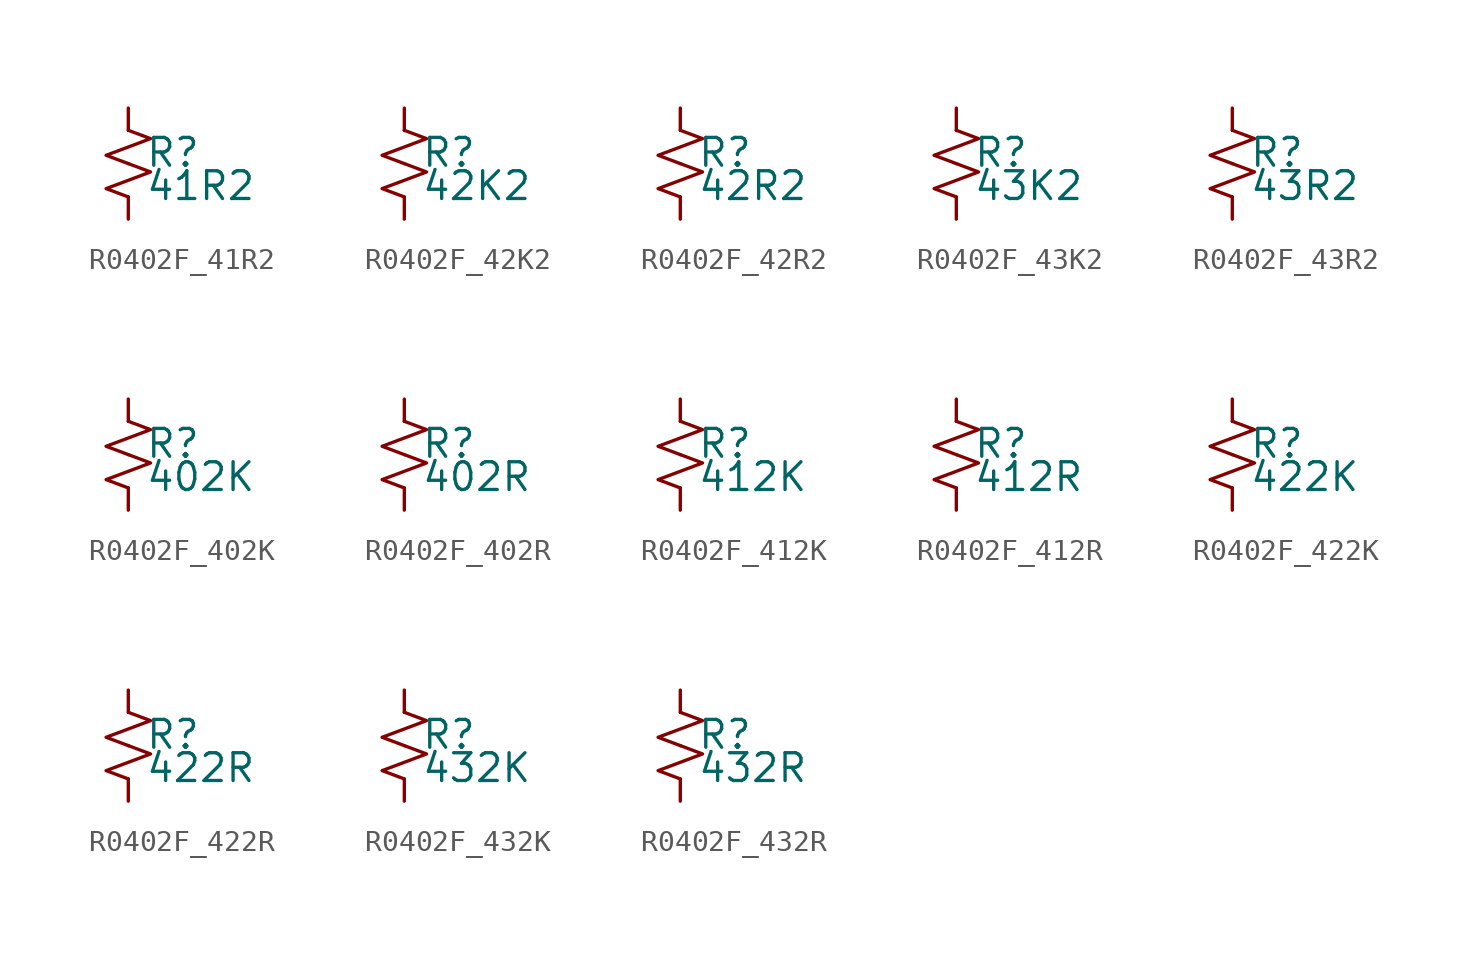
<source format=kicad_sym>
(kicad_symbol_lib
  (version 20220914)
  (generator kicad_symbol_editor)
  (symbol "R0402F_41R2"
    (pin_numbers hide)
    (pin_names
      (offset 0.254) hide)
    (property "Reference" "R"
      (at 0.762 0.508 0)
      (effects (font (size 1.27 1.27)) (justify left)))
    (property "Value" "41R2"
      (at 0.762 -1.016 0)
      (effects (font (size 1.27 1.27)) (justify left)))
    (symbol "R0402F_41R2_1_1"
      (polyline (pts (xy 0 0) (xy 1.016 -0.381) (xy 0 -0.762) (xy -1.016 -1.143) (xy 0 -1.524)) (stroke (width 0) (type default)) (fill (type none)))
      (polyline (pts (xy 0 1.524) (xy 1.016 1.143) (xy 0 0.762) (xy -1.016 0.381) (xy 0 0)) (stroke (width 0) (type default)) (fill (type none)))
      (pin passive line (at 0 2.54 270) (length 1.016) (name "~" (effects (font (size 1.27 1.27)))) (number "1" (effects (font (size 1.27 1.27)))))
      (pin passive line (at 0 -2.54 90) (length 1.016) (name "~" (effects (font (size 1.27 1.27)))) (number "2" (effects (font (size 1.27 1.27)))))))
  (symbol "R0402F_42K2"
    (pin_numbers hide)
    (pin_names
      (offset 0.254) hide)
    (property "Reference" "R"
      (at 0.762 0.508 0)
      (effects (font (size 1.27 1.27)) (justify left)))
    (property "Value" "42K2"
      (at 0.762 -1.016 0)
      (effects (font (size 1.27 1.27)) (justify left)))
    (symbol "R0402F_42K2_1_1"
      (polyline (pts (xy 0 0) (xy 1.016 -0.381) (xy 0 -0.762) (xy -1.016 -1.143) (xy 0 -1.524)) (stroke (width 0) (type default)) (fill (type none)))
      (polyline (pts (xy 0 1.524) (xy 1.016 1.143) (xy 0 0.762) (xy -1.016 0.381) (xy 0 0)) (stroke (width 0) (type default)) (fill (type none)))
      (pin passive line (at 0 2.54 270) (length 1.016) (name "~" (effects (font (size 1.27 1.27)))) (number "1" (effects (font (size 1.27 1.27)))))
      (pin passive line (at 0 -2.54 90) (length 1.016) (name "~" (effects (font (size 1.27 1.27)))) (number "2" (effects (font (size 1.27 1.27)))))))
  (symbol "R0402F_42R2"
    (pin_numbers hide)
    (pin_names
      (offset 0.254) hide)
    (property "Reference" "R"
      (at 0.762 0.508 0)
      (effects (font (size 1.27 1.27)) (justify left)))
    (property "Value" "42R2"
      (at 0.762 -1.016 0)
      (effects (font (size 1.27 1.27)) (justify left)))
    (symbol "R0402F_42R2_1_1"
      (polyline (pts (xy 0 0) (xy 1.016 -0.381) (xy 0 -0.762) (xy -1.016 -1.143) (xy 0 -1.524)) (stroke (width 0) (type default)) (fill (type none)))
      (polyline (pts (xy 0 1.524) (xy 1.016 1.143) (xy 0 0.762) (xy -1.016 0.381) (xy 0 0)) (stroke (width 0) (type default)) (fill (type none)))
      (pin passive line (at 0 2.54 270) (length 1.016) (name "~" (effects (font (size 1.27 1.27)))) (number "1" (effects (font (size 1.27 1.27)))))
      (pin passive line (at 0 -2.54 90) (length 1.016) (name "~" (effects (font (size 1.27 1.27)))) (number "2" (effects (font (size 1.27 1.27)))))))
  (symbol "R0402F_43K2"
    (pin_numbers hide)
    (pin_names
      (offset 0.254) hide)
    (property "Reference" "R"
      (at 0.762 0.508 0)
      (effects (font (size 1.27 1.27)) (justify left)))
    (property "Value" "43K2"
      (at 0.762 -1.016 0)
      (effects (font (size 1.27 1.27)) (justify left)))
    (symbol "R0402F_43K2_1_1"
      (polyline (pts (xy 0 0) (xy 1.016 -0.381) (xy 0 -0.762) (xy -1.016 -1.143) (xy 0 -1.524)) (stroke (width 0) (type default)) (fill (type none)))
      (polyline (pts (xy 0 1.524) (xy 1.016 1.143) (xy 0 0.762) (xy -1.016 0.381) (xy 0 0)) (stroke (width 0) (type default)) (fill (type none)))
      (pin passive line (at 0 2.54 270) (length 1.016) (name "~" (effects (font (size 1.27 1.27)))) (number "1" (effects (font (size 1.27 1.27)))))
      (pin passive line (at 0 -2.54 90) (length 1.016) (name "~" (effects (font (size 1.27 1.27)))) (number "2" (effects (font (size 1.27 1.27)))))))
  (symbol "R0402F_43R2"
    (pin_numbers hide)
    (pin_names
      (offset 0.254) hide)
    (property "Reference" "R"
      (at 0.762 0.508 0)
      (effects (font (size 1.27 1.27)) (justify left)))
    (property "Value" "43R2"
      (at 0.762 -1.016 0)
      (effects (font (size 1.27 1.27)) (justify left)))
    (symbol "R0402F_43R2_1_1"
      (polyline (pts (xy 0 0) (xy 1.016 -0.381) (xy 0 -0.762) (xy -1.016 -1.143) (xy 0 -1.524)) (stroke (width 0) (type default)) (fill (type none)))
      (polyline (pts (xy 0 1.524) (xy 1.016 1.143) (xy 0 0.762) (xy -1.016 0.381) (xy 0 0)) (stroke (width 0) (type default)) (fill (type none)))
      (pin passive line (at 0 2.54 270) (length 1.016) (name "~" (effects (font (size 1.27 1.27)))) (number "1" (effects (font (size 1.27 1.27)))))
      (pin passive line (at 0 -2.54 90) (length 1.016) (name "~" (effects (font (size 1.27 1.27)))) (number "2" (effects (font (size 1.27 1.27)))))))
  (symbol "R0402F_402K"
    (pin_numbers hide)
    (pin_names
      (offset 0.254) hide)
    (property "Reference" "R"
      (at 0.762 0.508 0)
      (effects (font (size 1.27 1.27)) (justify left)))
    (property "Value" "402K"
      (at 0.762 -1.016 0)
      (effects (font (size 1.27 1.27)) (justify left)))
    (symbol "R0402F_402K_1_1"
      (polyline (pts (xy 0 0) (xy 1.016 -0.381) (xy 0 -0.762) (xy -1.016 -1.143) (xy 0 -1.524)) (stroke (width 0) (type default)) (fill (type none)))
      (polyline (pts (xy 0 1.524) (xy 1.016 1.143) (xy 0 0.762) (xy -1.016 0.381) (xy 0 0)) (stroke (width 0) (type default)) (fill (type none)))
      (pin passive line (at 0 2.54 270) (length 1.016) (name "~" (effects (font (size 1.27 1.27)))) (number "1" (effects (font (size 1.27 1.27)))))
      (pin passive line (at 0 -2.54 90) (length 1.016) (name "~" (effects (font (size 1.27 1.27)))) (number "2" (effects (font (size 1.27 1.27)))))))
  (symbol "R0402F_402R"
    (pin_numbers hide)
    (pin_names
      (offset 0.254) hide)
    (property "Reference" "R"
      (at 0.762 0.508 0)
      (effects (font (size 1.27 1.27)) (justify left)))
    (property "Value" "402R"
      (at 0.762 -1.016 0)
      (effects (font (size 1.27 1.27)) (justify left)))
    (symbol "R0402F_402R_1_1"
      (polyline (pts (xy 0 0) (xy 1.016 -0.381) (xy 0 -0.762) (xy -1.016 -1.143) (xy 0 -1.524)) (stroke (width 0) (type default)) (fill (type none)))
      (polyline (pts (xy 0 1.524) (xy 1.016 1.143) (xy 0 0.762) (xy -1.016 0.381) (xy 0 0)) (stroke (width 0) (type default)) (fill (type none)))
      (pin passive line (at 0 2.54 270) (length 1.016) (name "~" (effects (font (size 1.27 1.27)))) (number "1" (effects (font (size 1.27 1.27)))))
      (pin passive line (at 0 -2.54 90) (length 1.016) (name "~" (effects (font (size 1.27 1.27)))) (number "2" (effects (font (size 1.27 1.27)))))))
  (symbol "R0402F_412K"
    (pin_numbers hide)
    (pin_names
      (offset 0.254) hide)
    (property "Reference" "R"
      (at 0.762 0.508 0)
      (effects (font (size 1.27 1.27)) (justify left)))
    (property "Value" "412K"
      (at 0.762 -1.016 0)
      (effects (font (size 1.27 1.27)) (justify left)))
    (symbol "R0402F_412K_1_1"
      (polyline (pts (xy 0 0) (xy 1.016 -0.381) (xy 0 -0.762) (xy -1.016 -1.143) (xy 0 -1.524)) (stroke (width 0) (type default)) (fill (type none)))
      (polyline (pts (xy 0 1.524) (xy 1.016 1.143) (xy 0 0.762) (xy -1.016 0.381) (xy 0 0)) (stroke (width 0) (type default)) (fill (type none)))
      (pin passive line (at 0 2.54 270) (length 1.016) (name "~" (effects (font (size 1.27 1.27)))) (number "1" (effects (font (size 1.27 1.27)))))
      (pin passive line (at 0 -2.54 90) (length 1.016) (name "~" (effects (font (size 1.27 1.27)))) (number "2" (effects (font (size 1.27 1.27)))))))
  (symbol "R0402F_412R"
    (pin_numbers hide)
    (pin_names
      (offset 0.254) hide)
    (property "Reference" "R"
      (at 0.762 0.508 0)
      (effects (font (size 1.27 1.27)) (justify left)))
    (property "Value" "412R"
      (at 0.762 -1.016 0)
      (effects (font (size 1.27 1.27)) (justify left)))
    (symbol "R0402F_412R_1_1"
      (polyline (pts (xy 0 0) (xy 1.016 -0.381) (xy 0 -0.762) (xy -1.016 -1.143) (xy 0 -1.524)) (stroke (width 0) (type default)) (fill (type none)))
      (polyline (pts (xy 0 1.524) (xy 1.016 1.143) (xy 0 0.762) (xy -1.016 0.381) (xy 0 0)) (stroke (width 0) (type default)) (fill (type none)))
      (pin passive line (at 0 2.54 270) (length 1.016) (name "~" (effects (font (size 1.27 1.27)))) (number "1" (effects (font (size 1.27 1.27)))))
      (pin passive line (at 0 -2.54 90) (length 1.016) (name "~" (effects (font (size 1.27 1.27)))) (number "2" (effects (font (size 1.27 1.27)))))))
  (symbol "R0402F_422K"
    (pin_numbers hide)
    (pin_names
      (offset 0.254) hide)
    (property "Reference" "R"
      (at 0.762 0.508 0)
      (effects (font (size 1.27 1.27)) (justify left)))
    (property "Value" "422K"
      (at 0.762 -1.016 0)
      (effects (font (size 1.27 1.27)) (justify left)))
    (symbol "R0402F_422K_1_1"
      (polyline (pts (xy 0 0) (xy 1.016 -0.381) (xy 0 -0.762) (xy -1.016 -1.143) (xy 0 -1.524)) (stroke (width 0) (type default)) (fill (type none)))
      (polyline (pts (xy 0 1.524) (xy 1.016 1.143) (xy 0 0.762) (xy -1.016 0.381) (xy 0 0)) (stroke (width 0) (type default)) (fill (type none)))
      (pin passive line (at 0 2.54 270) (length 1.016) (name "~" (effects (font (size 1.27 1.27)))) (number "1" (effects (font (size 1.27 1.27)))))
      (pin passive line (at 0 -2.54 90) (length 1.016) (name "~" (effects (font (size 1.27 1.27)))) (number "2" (effects (font (size 1.27 1.27)))))))
  (symbol "R0402F_422R"
    (pin_numbers hide)
    (pin_names
      (offset 0.254) hide)
    (property "Reference" "R"
      (at 0.762 0.508 0)
      (effects (font (size 1.27 1.27)) (justify left)))
    (property "Value" "422R"
      (at 0.762 -1.016 0)
      (effects (font (size 1.27 1.27)) (justify left)))
    (symbol "R0402F_422R_1_1"
      (polyline (pts (xy 0 0) (xy 1.016 -0.381) (xy 0 -0.762) (xy -1.016 -1.143) (xy 0 -1.524)) (stroke (width 0) (type default)) (fill (type none)))
      (polyline (pts (xy 0 1.524) (xy 1.016 1.143) (xy 0 0.762) (xy -1.016 0.381) (xy 0 0)) (stroke (width 0) (type default)) (fill (type none)))
      (pin passive line (at 0 2.54 270) (length 1.016) (name "~" (effects (font (size 1.27 1.27)))) (number "1" (effects (font (size 1.27 1.27)))))
      (pin passive line (at 0 -2.54 90) (length 1.016) (name "~" (effects (font (size 1.27 1.27)))) (number "2" (effects (font (size 1.27 1.27)))))))
  (symbol "R0402F_432K"
    (pin_numbers hide)
    (pin_names
      (offset 0.254) hide)
    (property "Reference" "R"
      (at 0.762 0.508 0)
      (effects (font (size 1.27 1.27)) (justify left)))
    (property "Value" "432K"
      (at 0.762 -1.016 0)
      (effects (font (size 1.27 1.27)) (justify left)))
    (symbol "R0402F_432K_1_1"
      (polyline (pts (xy 0 0) (xy 1.016 -0.381) (xy 0 -0.762) (xy -1.016 -1.143) (xy 0 -1.524)) (stroke (width 0) (type default)) (fill (type none)))
      (polyline (pts (xy 0 1.524) (xy 1.016 1.143) (xy 0 0.762) (xy -1.016 0.381) (xy 0 0)) (stroke (width 0) (type default)) (fill (type none)))
      (pin passive line (at 0 2.54 270) (length 1.016) (name "~" (effects (font (size 1.27 1.27)))) (number "1" (effects (font (size 1.27 1.27)))))
      (pin passive line (at 0 -2.54 90) (length 1.016) (name "~" (effects (font (size 1.27 1.27)))) (number "2" (effects (font (size 1.27 1.27)))))))
  (symbol "R0402F_432R"
    (pin_numbers hide)
    (pin_names
      (offset 0.254) hide)
    (property "Reference" "R"
      (at 0.762 0.508 0)
      (effects (font (size 1.27 1.27)) (justify left)))
    (property "Value" "432R"
      (at 0.762 -1.016 0)
      (effects (font (size 1.27 1.27)) (justify left)))
    (symbol "R0402F_432R_1_1"
      (polyline (pts (xy 0 0) (xy 1.016 -0.381) (xy 0 -0.762) (xy -1.016 -1.143) (xy 0 -1.524)) (stroke (width 0) (type default)) (fill (type none)))
      (polyline (pts (xy 0 1.524) (xy 1.016 1.143) (xy 0 0.762) (xy -1.016 0.381) (xy 0 0)) (stroke (width 0) (type default)) (fill (type none)))
      (pin passive line (at 0 2.54 270) (length 1.016) (name "~" (effects (font (size 1.27 1.27)))) (number "1" (effects (font (size 1.27 1.27)))))
      (pin passive line (at 0 -2.54 90) (length 1.016) (name "~" (effects (font (size 1.27 1.27)))) (number "2" (effects (font (size 1.27 1.27))))))))
</source>
